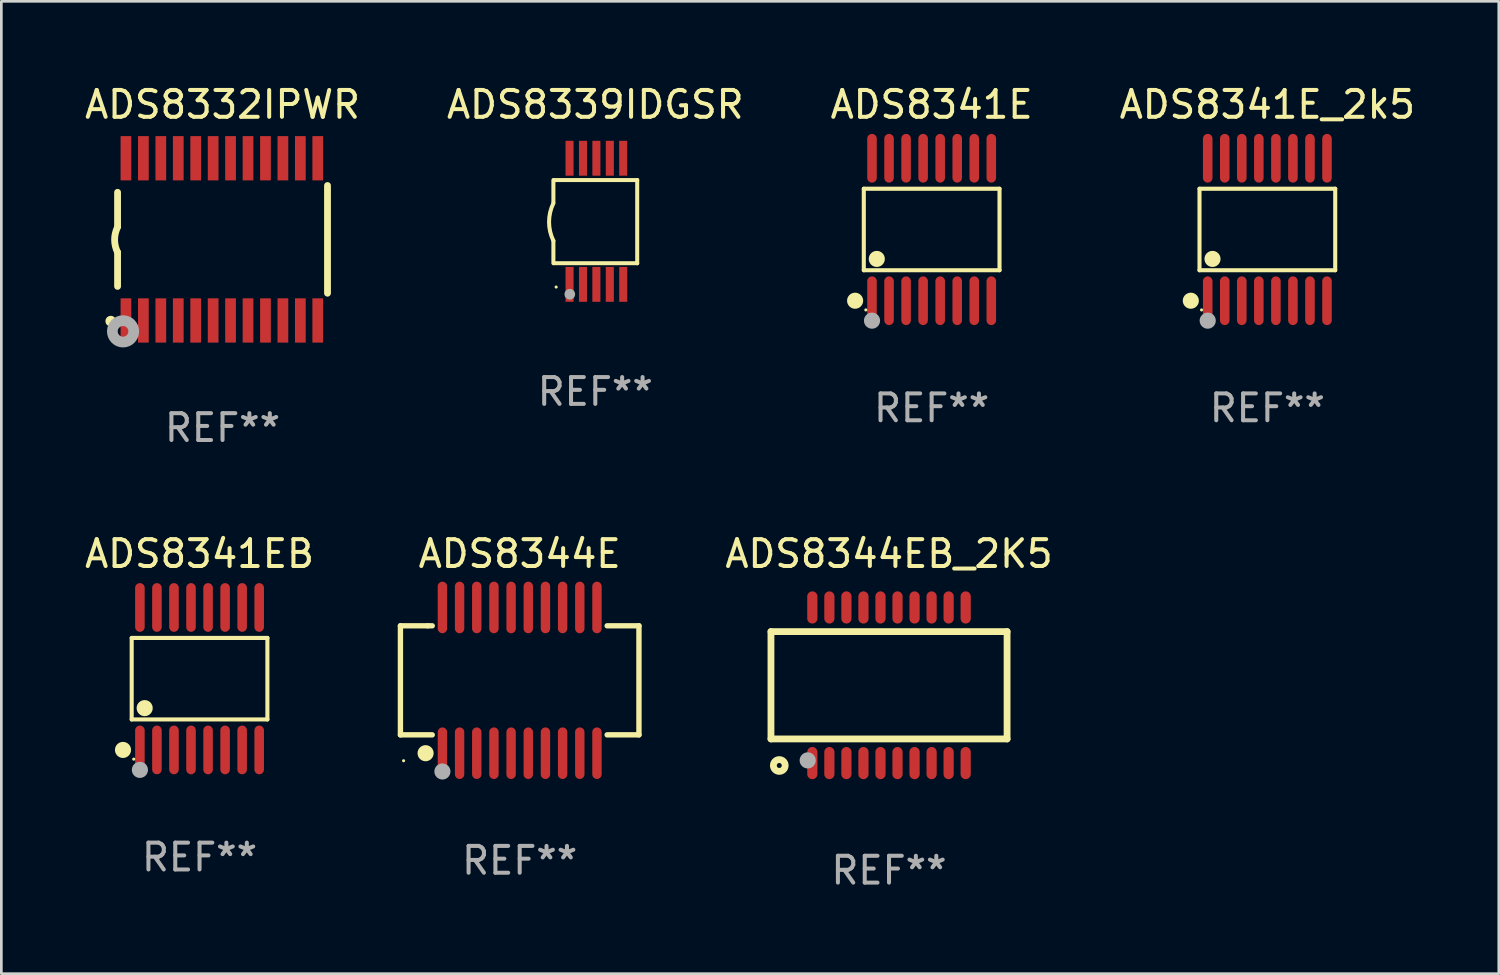
<source format=kicad_pcb>
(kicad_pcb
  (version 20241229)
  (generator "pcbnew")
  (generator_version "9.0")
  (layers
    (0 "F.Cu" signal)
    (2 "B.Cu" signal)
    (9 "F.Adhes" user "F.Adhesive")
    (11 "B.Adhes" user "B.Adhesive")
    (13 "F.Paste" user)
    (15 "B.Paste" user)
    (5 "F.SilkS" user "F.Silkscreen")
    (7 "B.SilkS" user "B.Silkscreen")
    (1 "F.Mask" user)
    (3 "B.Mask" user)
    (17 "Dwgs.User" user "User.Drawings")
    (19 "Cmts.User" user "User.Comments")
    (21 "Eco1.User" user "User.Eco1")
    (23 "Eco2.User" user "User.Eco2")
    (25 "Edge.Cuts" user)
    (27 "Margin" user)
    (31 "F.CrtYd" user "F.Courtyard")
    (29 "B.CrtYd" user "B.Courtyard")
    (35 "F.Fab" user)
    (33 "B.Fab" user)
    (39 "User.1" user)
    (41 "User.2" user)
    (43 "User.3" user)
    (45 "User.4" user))
  (footprint "ADS8344EB_2K5"
    (layer "F.Cu")
    (at 30.084 22.49)
    (property "Reference" "ADS8344EB_2K5" (at 0 -4.9 0) (layer "F.SilkS") (effects (font (size 1 1) (thickness 0.15))))
    (attr through_hole)
    (fp_line (start -4.4 -2) (end -4.4 2) (stroke (width 0.254) (type solid)) (layer "F.SilkS"))
    (fp_line (start -4.4 -2) (end 4.4 -2) (stroke (width 0.254) (type solid)) (layer "F.SilkS"))
    (fp_line (start -4.4 2) (end 4.4 2) (stroke (width 0.254) (type solid)) (layer "F.SilkS"))
    (fp_line (start 4.4 -2) (end 4.4 2) (stroke (width 0.254) (type solid)) (layer "F.SilkS"))
    (fp_circle (center -4.351 3) (end -4.321 3) (stroke (width 0.06) (type solid)) (fill no) (layer "F.SilkS"))
    (fp_circle (center -4.09 2.99) (end -3.87 2.99) (stroke (width 0.254) (type solid)) (fill no) (layer "F.SilkS"))
    (fp_circle (center -3.031 2.8) (end -2.88 2.8) (stroke (width 0.3) (type solid)) (fill no) (layer "F.Fab"))
    (fp_text user "REF**" (at 0 6.9 0) (layer "F.Fab") (effects (font (size 1 1) (thickness 0.15))))
    (pad "1" smd oval (at -2.858 2.9 180) (size 0.38 1.2) (layers "F.Cu" "F.Mask" "F.Paste"))
    (pad "2" smd oval (at -2.223 2.9 180) (size 0.38 1.2) (layers "F.Cu" "F.Mask" "F.Paste"))
    (pad "3" smd oval (at -1.588 2.9 180) (size 0.38 1.2) (layers "F.Cu" "F.Mask" "F.Paste"))
    (pad "4" smd oval (at -0.953 2.9 180) (size 0.38 1.2) (layers "F.Cu" "F.Mask" "F.Paste"))
    (pad "5" smd oval (at -0.318 2.9 180) (size 0.38 1.2) (layers "F.Cu" "F.Mask" "F.Paste"))
    (pad "6" smd oval (at 0.317 2.9 180) (size 0.38 1.2) (layers "F.Cu" "F.Mask" "F.Paste"))
    (pad "7" smd oval (at 0.952 2.9 180) (size 0.38 1.2) (layers "F.Cu" "F.Mask" "F.Paste"))
    (pad "8" smd oval (at 1.587 2.9 180) (size 0.38 1.2) (layers "F.Cu" "F.Mask" "F.Paste"))
    (pad "9" smd oval (at 2.222 2.9 180) (size 0.38 1.2) (layers "F.Cu" "F.Mask" "F.Paste"))
    (pad "10" smd oval (at 2.857 2.9 180) (size 0.38 1.2) (layers "F.Cu" "F.Mask" "F.Paste"))
    (pad "11" smd oval (at 2.857 -2.9) (size 0.38 1.2) (layers "F.Cu" "F.Mask" "F.Paste"))
    (pad "12" smd oval (at 2.222 -2.9) (size 0.38 1.2) (layers "F.Cu" "F.Mask" "F.Paste"))
    (pad "13" smd oval (at 1.587 -2.9) (size 0.38 1.2) (layers "F.Cu" "F.Mask" "F.Paste"))
    (pad "14" smd oval (at 0.952 -2.9) (size 0.38 1.2) (layers "F.Cu" "F.Mask" "F.Paste"))
    (pad "15" smd oval (at 0.317 -2.9) (size 0.38 1.2) (layers "F.Cu" "F.Mask" "F.Paste"))
    (pad "16" smd oval (at -0.318 -2.9) (size 0.38 1.2) (layers "F.Cu" "F.Mask" "F.Paste"))
    (pad "17" smd oval (at -0.953 -2.9) (size 0.38 1.2) (layers "F.Cu" "F.Mask" "F.Paste"))
    (pad "18" smd oval (at -1.588 -2.9) (size 0.38 1.2) (layers "F.Cu" "F.Mask" "F.Paste"))
    (pad "19" smd oval (at -2.223 -2.9) (size 0.38 1.2) (layers "F.Cu" "F.Mask" "F.Paste"))
    (pad "20" smd oval (at -2.858 -2.9) (size 0.38 1.2) (layers "F.Cu" "F.Mask" "F.Paste")))
  (footprint "ADS8341EB"
    (layer "F.Cu")
    (at 4.387 22.245)
    (property "Reference" "ADS8341EB" (at 0 -4.655 0) (layer "F.SilkS") (effects (font (size 1 1) (thickness 0.15))))
    (attr through_hole)
    (fp_line (start -2.529 -1.519) (end 2.529 -1.519) (stroke (width 0.152) (type solid)) (layer "F.SilkS"))
    (fp_line (start -2.529 1.519) (end -2.529 -1.519) (stroke (width 0.152) (type solid)) (layer "F.SilkS"))
    (fp_line (start 2.529 -1.519) (end 2.529 1.519) (stroke (width 0.152) (type solid)) (layer "F.SilkS"))
    (fp_line (start 2.529 1.519) (end -2.529 1.519) (stroke (width 0.152) (type solid)) (layer "F.SilkS"))
    (fp_circle (center -2.853 2.655) (end -2.703 2.655) (stroke (width 0.3) (type solid)) (fill no) (layer "F.SilkS"))
    (fp_circle (center -2.453 2.998) (end -2.423 2.998) (stroke (width 0.06) (type solid)) (fill no) (layer "F.SilkS"))
    (fp_circle (center -2.045 1.097) (end -1.895 1.097) (stroke (width 0.3) (type solid)) (fill no) (layer "F.SilkS"))
    (fp_circle (center -2.223 3.398) (end -2.072 3.398) (stroke (width 0.3) (type solid)) (fill no) (layer "F.Fab"))
    (fp_text user "REF**" (at 0 6.655 0) (layer "F.Fab") (effects (font (size 1 1) (thickness 0.15))))
    (pad "1" smd oval (at -2.223 2.655) (size 0.356 1.815) (layers "F.Cu" "F.Mask" "F.Paste"))
    (pad "2" smd oval (at -1.588 2.655) (size 0.356 1.815) (layers "F.Cu" "F.Mask" "F.Paste"))
    (pad "3" smd oval (at -0.953 2.655) (size 0.356 1.815) (layers "F.Cu" "F.Mask" "F.Paste"))
    (pad "4" smd oval (at -0.318 2.655) (size 0.356 1.815) (layers "F.Cu" "F.Mask" "F.Paste"))
    (pad "5" smd oval (at 0.318 2.655) (size 0.356 1.815) (layers "F.Cu" "F.Mask" "F.Paste"))
    (pad "6" smd oval (at 0.953 2.655) (size 0.356 1.815) (layers "F.Cu" "F.Mask" "F.Paste"))
    (pad "7" smd oval (at 1.588 2.655) (size 0.356 1.815) (layers "F.Cu" "F.Mask" "F.Paste"))
    (pad "8" smd oval (at 2.223 2.655) (size 0.356 1.815) (layers "F.Cu" "F.Mask" "F.Paste"))
    (pad "9" smd oval (at 2.223 -2.655) (size 0.356 1.815) (layers "F.Cu" "F.Mask" "F.Paste"))
    (pad "10" smd oval (at 1.588 -2.655) (size 0.356 1.815) (layers "F.Cu" "F.Mask" "F.Paste"))
    (pad "11" smd oval (at 0.953 -2.655) (size 0.356 1.815) (layers "F.Cu" "F.Mask" "F.Paste"))
    (pad "12" smd oval (at 0.318 -2.655) (size 0.356 1.815) (layers "F.Cu" "F.Mask" "F.Paste"))
    (pad "13" smd oval (at -0.318 -2.655) (size 0.356 1.815) (layers "F.Cu" "F.Mask" "F.Paste"))
    (pad "14" smd oval (at -0.953 -2.655) (size 0.356 1.815) (layers "F.Cu" "F.Mask" "F.Paste"))
    (pad "15" smd oval (at -1.588 -2.655) (size 0.356 1.815) (layers "F.Cu" "F.Mask" "F.Paste"))
    (pad "16" smd oval (at -2.223 -2.655) (size 0.356 1.815) (layers "F.Cu" "F.Mask" "F.Paste")))
  (footprint "ADS8341E_2k5"
    (layer "F.Cu")
    (at 44.185 5.503)
    (property "Reference" "ADS8341E_2k5" (at 0 -4.655 0) (layer "F.SilkS") (effects (font (size 1 1) (thickness 0.15))))
    (attr through_hole)
    (fp_line (start -2.529 -1.519) (end 2.529 -1.519) (stroke (width 0.152) (type solid)) (layer "F.SilkS"))
    (fp_line (start -2.529 1.519) (end -2.529 -1.519) (stroke (width 0.152) (type solid)) (layer "F.SilkS"))
    (fp_line (start 2.529 -1.519) (end 2.529 1.519) (stroke (width 0.152) (type solid)) (layer "F.SilkS"))
    (fp_line (start 2.529 1.519) (end -2.529 1.519) (stroke (width 0.152) (type solid)) (layer "F.SilkS"))
    (fp_circle (center -2.853 2.655) (end -2.703 2.655) (stroke (width 0.3) (type solid)) (fill no) (layer "F.SilkS"))
    (fp_circle (center -2.453 2.998) (end -2.423 2.998) (stroke (width 0.06) (type solid)) (fill no) (layer "F.SilkS"))
    (fp_circle (center -2.045 1.097) (end -1.895 1.097) (stroke (width 0.3) (type solid)) (fill no) (layer "F.SilkS"))
    (fp_circle (center -2.223 3.398) (end -2.072 3.398) (stroke (width 0.3) (type solid)) (fill no) (layer "F.Fab"))
    (fp_text user "REF**" (at 0 6.655 0) (layer "F.Fab") (effects (font (size 1 1) (thickness 0.15))))
    (pad "1" smd oval (at -2.223 2.655) (size 0.356 1.815) (layers "F.Cu" "F.Mask" "F.Paste"))
    (pad "2" smd oval (at -1.588 2.655) (size 0.356 1.815) (layers "F.Cu" "F.Mask" "F.Paste"))
    (pad "3" smd oval (at -0.953 2.655) (size 0.356 1.815) (layers "F.Cu" "F.Mask" "F.Paste"))
    (pad "4" smd oval (at -0.318 2.655) (size 0.356 1.815) (layers "F.Cu" "F.Mask" "F.Paste"))
    (pad "5" smd oval (at 0.318 2.655) (size 0.356 1.815) (layers "F.Cu" "F.Mask" "F.Paste"))
    (pad "6" smd oval (at 0.953 2.655) (size 0.356 1.815) (layers "F.Cu" "F.Mask" "F.Paste"))
    (pad "7" smd oval (at 1.588 2.655) (size 0.356 1.815) (layers "F.Cu" "F.Mask" "F.Paste"))
    (pad "8" smd oval (at 2.223 2.655) (size 0.356 1.815) (layers "F.Cu" "F.Mask" "F.Paste"))
    (pad "9" smd oval (at 2.223 -2.655) (size 0.356 1.815) (layers "F.Cu" "F.Mask" "F.Paste"))
    (pad "10" smd oval (at 1.588 -2.655) (size 0.356 1.815) (layers "F.Cu" "F.Mask" "F.Paste"))
    (pad "11" smd oval (at 0.953 -2.655) (size 0.356 1.815) (layers "F.Cu" "F.Mask" "F.Paste"))
    (pad "12" smd oval (at 0.318 -2.655) (size 0.356 1.815) (layers "F.Cu" "F.Mask" "F.Paste"))
    (pad "13" smd oval (at -0.318 -2.655) (size 0.356 1.815) (layers "F.Cu" "F.Mask" "F.Paste"))
    (pad "14" smd oval (at -0.953 -2.655) (size 0.356 1.815) (layers "F.Cu" "F.Mask" "F.Paste"))
    (pad "15" smd oval (at -1.588 -2.655) (size 0.356 1.815) (layers "F.Cu" "F.Mask" "F.Paste"))
    (pad "16" smd oval (at -2.223 -2.655) (size 0.356 1.815) (layers "F.Cu" "F.Mask" "F.Paste")))
  (footprint "ADS8341E"
    (layer "F.Cu")
    (at 31.673 5.503)
    (property "Reference" "ADS8341E" (at 0 -4.655 0) (layer "F.SilkS") (effects (font (size 1 1) (thickness 0.15))))
    (attr through_hole)
    (fp_line (start -2.529 -1.519) (end 2.529 -1.519) (stroke (width 0.152) (type solid)) (layer "F.SilkS"))
    (fp_line (start -2.529 1.519) (end -2.529 -1.519) (stroke (width 0.152) (type solid)) (layer "F.SilkS"))
    (fp_line (start 2.529 -1.519) (end 2.529 1.519) (stroke (width 0.152) (type solid)) (layer "F.SilkS"))
    (fp_line (start 2.529 1.519) (end -2.529 1.519) (stroke (width 0.152) (type solid)) (layer "F.SilkS"))
    (fp_circle (center -2.853 2.655) (end -2.703 2.655) (stroke (width 0.3) (type solid)) (fill no) (layer "F.SilkS"))
    (fp_circle (center -2.453 2.998) (end -2.423 2.998) (stroke (width 0.06) (type solid)) (fill no) (layer "F.SilkS"))
    (fp_circle (center -2.045 1.097) (end -1.895 1.097) (stroke (width 0.3) (type solid)) (fill no) (layer "F.SilkS"))
    (fp_circle (center -2.223 3.398) (end -2.072 3.398) (stroke (width 0.3) (type solid)) (fill no) (layer "F.Fab"))
    (fp_text user "REF**" (at 0 6.655 0) (layer "F.Fab") (effects (font (size 1 1) (thickness 0.15))))
    (pad "1" smd oval (at -2.223 2.655) (size 0.356 1.815) (layers "F.Cu" "F.Mask" "F.Paste"))
    (pad "2" smd oval (at -1.588 2.655) (size 0.356 1.815) (layers "F.Cu" "F.Mask" "F.Paste"))
    (pad "3" smd oval (at -0.953 2.655) (size 0.356 1.815) (layers "F.Cu" "F.Mask" "F.Paste"))
    (pad "4" smd oval (at -0.318 2.655) (size 0.356 1.815) (layers "F.Cu" "F.Mask" "F.Paste"))
    (pad "5" smd oval (at 0.318 2.655) (size 0.356 1.815) (layers "F.Cu" "F.Mask" "F.Paste"))
    (pad "6" smd oval (at 0.953 2.655) (size 0.356 1.815) (layers "F.Cu" "F.Mask" "F.Paste"))
    (pad "7" smd oval (at 1.588 2.655) (size 0.356 1.815) (layers "F.Cu" "F.Mask" "F.Paste"))
    (pad "8" smd oval (at 2.223 2.655) (size 0.356 1.815) (layers "F.Cu" "F.Mask" "F.Paste"))
    (pad "9" smd oval (at 2.223 -2.655) (size 0.356 1.815) (layers "F.Cu" "F.Mask" "F.Paste"))
    (pad "10" smd oval (at 1.588 -2.655) (size 0.356 1.815) (layers "F.Cu" "F.Mask" "F.Paste"))
    (pad "11" smd oval (at 0.953 -2.655) (size 0.356 1.815) (layers "F.Cu" "F.Mask" "F.Paste"))
    (pad "12" smd oval (at 0.318 -2.655) (size 0.356 1.815) (layers "F.Cu" "F.Mask" "F.Paste"))
    (pad "13" smd oval (at -0.318 -2.655) (size 0.356 1.815) (layers "F.Cu" "F.Mask" "F.Paste"))
    (pad "14" smd oval (at -0.953 -2.655) (size 0.356 1.815) (layers "F.Cu" "F.Mask" "F.Paste"))
    (pad "15" smd oval (at -1.588 -2.655) (size 0.356 1.815) (layers "F.Cu" "F.Mask" "F.Paste"))
    (pad "16" smd oval (at -2.223 -2.655) (size 0.356 1.815) (layers "F.Cu" "F.Mask" "F.Paste")))
  (footprint "ADS8344E"
    (layer "F.Cu")
    (at 16.319 22.306)
    (property "Reference" "ADS8344E" (at 0 -4.716 0) (layer "F.SilkS") (effects (font (size 1 1) (thickness 0.15))))
    (attr through_hole)
    (fp_line (start -4.445 -2.032) (end -4.445 2.032) (stroke (width 0.2) (type solid)) (layer "F.SilkS"))
    (fp_line (start -4.445 2.032) (end -3.259 2.032) (stroke (width 0.2) (type solid)) (layer "F.SilkS"))
    (fp_line (start -3.429 -2.032) (end -4.445 -2.032) (stroke (width 0.2) (type solid)) (layer "F.SilkS"))
    (fp_line (start -3.259 -2.032) (end -3.429 -2.032) (stroke (width 0.2) (type solid)) (layer "F.SilkS"))
    (fp_line (start 3.259 2.032) (end 4.445 2.032) (stroke (width 0.2) (type solid)) (layer "F.SilkS"))
    (fp_line (start 4.445 -2.032) (end 3.259 -2.032) (stroke (width 0.2) (type solid)) (layer "F.SilkS"))
    (fp_line (start 4.445 2.032) (end 4.445 -2.032) (stroke (width 0.2) (type solid)) (layer "F.SilkS"))
    (fp_circle (center -4.327 2.997) (end -4.297 2.997) (stroke (width 0.06) (type solid)) (fill no) (layer "F.SilkS"))
    (fp_circle (center -3.507 2.716) (end -3.357 2.716) (stroke (width 0.3) (type solid)) (fill no) (layer "F.SilkS"))
    (fp_circle (center -2.88 3.398) (end -2.73 3.398) (stroke (width 0.3) (type solid)) (fill no) (layer "F.Fab"))
    (fp_text user "REF**" (at 0 6.716 0) (layer "F.Fab") (effects (font (size 1 1) (thickness 0.15))))
    (pad "1" smd oval (at -2.88 2.716) (size 0.35 1.922) (layers "F.Cu" "F.Mask" "F.Paste"))
    (pad "2" smd oval (at -2.24 2.716) (size 0.35 1.922) (layers "F.Cu" "F.Mask" "F.Paste"))
    (pad "3" smd oval (at -1.6 2.716) (size 0.35 1.922) (layers "F.Cu" "F.Mask" "F.Paste"))
    (pad "4" smd oval (at -0.96 2.716) (size 0.35 1.922) (layers "F.Cu" "F.Mask" "F.Paste"))
    (pad "5" smd oval (at -0.32 2.716) (size 0.35 1.922) (layers "F.Cu" "F.Mask" "F.Paste"))
    (pad "6" smd oval (at 0.32 2.716) (size 0.35 1.922) (layers "F.Cu" "F.Mask" "F.Paste"))
    (pad "7" smd oval (at 0.96 2.716) (size 0.35 1.922) (layers "F.Cu" "F.Mask" "F.Paste"))
    (pad "8" smd oval (at 1.6 2.716) (size 0.35 1.922) (layers "F.Cu" "F.Mask" "F.Paste"))
    (pad "9" smd oval (at 2.24 2.716) (size 0.35 1.922) (layers "F.Cu" "F.Mask" "F.Paste"))
    (pad "10" smd oval (at 2.88 2.716) (size 0.35 1.922) (layers "F.Cu" "F.Mask" "F.Paste"))
    (pad "11" smd oval (at 2.88 -2.716) (size 0.35 1.922) (layers "F.Cu" "F.Mask" "F.Paste"))
    (pad "12" smd oval (at 2.24 -2.716) (size 0.35 1.922) (layers "F.Cu" "F.Mask" "F.Paste"))
    (pad "13" smd oval (at 1.6 -2.716) (size 0.35 1.922) (layers "F.Cu" "F.Mask" "F.Paste"))
    (pad "14" smd oval (at 0.96 -2.716) (size 0.35 1.922) (layers "F.Cu" "F.Mask" "F.Paste"))
    (pad "15" smd oval (at 0.32 -2.716) (size 0.35 1.922) (layers "F.Cu" "F.Mask" "F.Paste"))
    (pad "16" smd oval (at -0.32 -2.716) (size 0.35 1.922) (layers "F.Cu" "F.Mask" "F.Paste"))
    (pad "17" smd oval (at -0.96 -2.716) (size 0.35 1.922) (layers "F.Cu" "F.Mask" "F.Paste"))
    (pad "18" smd oval (at -1.6 -2.716) (size 0.35 1.922) (layers "F.Cu" "F.Mask" "F.Paste"))
    (pad "19" smd oval (at -2.24 -2.716) (size 0.35 1.922) (layers "F.Cu" "F.Mask" "F.Paste"))
    (pad "20" smd oval (at -2.88 -2.716) (size 0.35 1.922) (layers "F.Cu" "F.Mask" "F.Paste")))
  (footprint "ADS8332IPWR"
    (layer "F.Cu")
    (at 5.244 5.871)
    (property "Reference" "ADS8332IPWR" (at 0 -5.023 0) (layer "F.SilkS") (effects (font (size 1 1) (thickness 0.15))))
    (attr through_hole)
    (fp_line (start -3.912 -0.483) (end -3.912 -1.753) (stroke (width 0.254) (type solid)) (layer "F.SilkS"))
    (fp_line (start -3.912 1.753) (end -3.912 0.483) (stroke (width 0.254) (type solid)) (layer "F.SilkS"))
    (fp_line (start 3.912 -2.007) (end 3.912 2.007) (stroke (width 0.254) (type solid)) (layer "F.SilkS"))
    (fp_arc (start -3.911608 0.482601) (mid -4.022537 0.0127) (end -3.911608 -0.457201) (stroke (width 0.254001) (type solid)) (layer "F.SilkS"))
    (fp_circle (center -4.166 3.048) (end -4.066 3.048) (stroke (width 0.2) (type solid)) (fill no) (layer "F.SilkS"))
    (fp_circle (center -3.925 3.186) (end -3.895 3.186) (stroke (width 0.06) (type solid)) (fill no) (layer "F.SilkS"))
    (fp_circle (center -3.708 3.429) (end -3.509 3.429) (stroke (width 0.4) (type solid)) (fill no) (layer "F.Fab"))
    (fp_text user "REF**" (at 0 7.023 0) (layer "F.Fab") (effects (font (size 1 1) (thickness 0.15))))
    (pad "1" smd rect (at -3.6 3.023) (size 0.4 1.65) (layers "F.Cu" "F.Mask" "F.Paste"))
    (pad "2" smd rect (at -2.95 3.023) (size 0.4 1.65) (layers "F.Cu" "F.Mask" "F.Paste"))
    (pad "3" smd rect (at -2.3 3.023) (size 0.4 1.65) (layers "F.Cu" "F.Mask" "F.Paste"))
    (pad "4" smd rect (at -1.65 3.023) (size 0.4 1.65) (layers "F.Cu" "F.Mask" "F.Paste"))
    (pad "5" smd rect (at -1 3.023) (size 0.4 1.65) (layers "F.Cu" "F.Mask" "F.Paste"))
    (pad "6" smd rect (at -0.35 3.023) (size 0.4 1.65) (layers "F.Cu" "F.Mask" "F.Paste"))
    (pad "7" smd rect (at 0.299 3.023) (size 0.4 1.65) (layers "F.Cu" "F.Mask" "F.Paste"))
    (pad "8" smd rect (at 0.95 3.023) (size 0.4 1.65) (layers "F.Cu" "F.Mask" "F.Paste"))
    (pad "9" smd rect (at 1.6 3.023) (size 0.4 1.65) (layers "F.Cu" "F.Mask" "F.Paste"))
    (pad "10" smd rect (at 2.25 3.023) (size 0.4 1.65) (layers "F.Cu" "F.Mask" "F.Paste"))
    (pad "11" smd rect (at 2.9 3.023) (size 0.4 1.65) (layers "F.Cu" "F.Mask" "F.Paste"))
    (pad "12" smd rect (at 3.549 3.023) (size 0.4 1.65) (layers "F.Cu" "F.Mask" "F.Paste"))
    (pad "13" smd rect (at 3.549 -3.023) (size 0.4 1.65) (layers "F.Cu" "F.Mask" "F.Paste"))
    (pad "14" smd rect (at 2.9 -3.023) (size 0.4 1.65) (layers "F.Cu" "F.Mask" "F.Paste"))
    (pad "15" smd rect (at 2.25 -3.023) (size 0.4 1.65) (layers "F.Cu" "F.Mask" "F.Paste"))
    (pad "16" smd rect (at 1.6 -3.023) (size 0.4 1.65) (layers "F.Cu" "F.Mask" "F.Paste"))
    (pad "17" smd rect (at 0.95 -3.023) (size 0.4 1.65) (layers "F.Cu" "F.Mask" "F.Paste"))
    (pad "18" smd rect (at 0.299 -3.023) (size 0.4 1.65) (layers "F.Cu" "F.Mask" "F.Paste"))
    (pad "19" smd rect (at -0.35 -3.023) (size 0.4 1.65) (layers "F.Cu" "F.Mask" "F.Paste"))
    (pad "20" smd rect (at -1 -3.023) (size 0.4 1.65) (layers "F.Cu" "F.Mask" "F.Paste"))
    (pad "21" smd rect (at -1.65 -3.023) (size 0.4 1.65) (layers "F.Cu" "F.Mask" "F.Paste"))
    (pad "22" smd rect (at -2.3 -3.023) (size 0.4 1.65) (layers "F.Cu" "F.Mask" "F.Paste"))
    (pad "23" smd rect (at -2.95 -3.023) (size 0.4 1.65) (layers "F.Cu" "F.Mask" "F.Paste"))
    (pad "24" smd rect (at -3.6 -3.023) (size 0.4 1.65) (layers "F.Cu" "F.Mask" "F.Paste")))
  (footprint "ADS8339IDGSR"
    (layer "F.Cu")
    (at 19.137 5.198)
    (property "Reference" "ADS8339IDGSR" (at 0 -4.35 0) (layer "F.SilkS") (effects (font (size 1 1) (thickness 0.15))))
    (attr through_hole)
    (fp_line (start -1.562 -1.537) (end -1.562 -0.698) (stroke (width 0.15) (type solid)) (layer "F.SilkS"))
    (fp_line (start -1.562 0.724) (end -1.562 1.562) (stroke (width 0.15) (type solid)) (layer "F.SilkS"))
    (fp_line (start -1.538 -1.537) (end 1.562 -1.537) (stroke (width 0.15) (type solid)) (layer "F.SilkS"))
    (fp_line (start -1.538 1.562) (end 1.562 1.562) (stroke (width 0.15) (type solid)) (layer "F.SilkS"))
    (fp_line (start 1.562 1.564) (end 1.562 -1.537) (stroke (width 0.15) (type solid)) (layer "F.SilkS"))
    (fp_arc (start -1.562103 0.724079) (mid -1.723579 0.025578) (end -1.562103 -0.672924) (stroke (width 0.150013) (type solid)) (layer "F.SilkS"))
    (fp_circle (center -1.459 2.45) (end -1.429 2.45) (stroke (width 0.06) (type solid)) (fill no) (layer "F.SilkS"))
    (fp_circle (center -0.95 2.718) (end -0.85 2.718) (stroke (width 0.2) (type solid)) (fill no) (layer "F.Fab"))
    (fp_text user "REF**" (at 0 6.35 0) (layer "F.Fab") (effects (font (size 1 1) (thickness 0.15))))
    (pad "1" smd rect (at -0.959 2.35) (size 0.3 1.3) (layers "F.Cu" "F.Mask" "F.Paste"))
    (pad "2" smd rect (at -0.459 2.35) (size 0.3 1.3) (layers "F.Cu" "F.Mask" "F.Paste"))
    (pad "3" smd rect (at 0.04 2.35) (size 0.3 1.3) (layers "F.Cu" "F.Mask" "F.Paste"))
    (pad "4" smd rect (at 0.541 2.35) (size 0.3 1.3) (layers "F.Cu" "F.Mask" "F.Paste"))
    (pad "5" smd rect (at 1.041 2.35) (size 0.3 1.3) (layers "F.Cu" "F.Mask" "F.Paste"))
    (pad "6" smd rect (at 1.04 -2.35) (size 0.3 1.3) (layers "F.Cu" "F.Mask" "F.Paste"))
    (pad "7" smd rect (at 0.541 -2.35) (size 0.3 1.3) (layers "F.Cu" "F.Mask" "F.Paste"))
    (pad "8" smd rect (at 0.041 -2.35) (size 0.3 1.3) (layers "F.Cu" "F.Mask" "F.Paste"))
    (pad "9" smd rect (at -0.459 -2.35) (size 0.3 1.3) (layers "F.Cu" "F.Mask" "F.Paste"))
    (pad "10" smd rect (at -0.96 -2.35) (size 0.3 1.3) (layers "F.Cu" "F.Mask" "F.Paste")))
  (gr_rect
    (start -3 -3)
    (end 52.81 33.238)
    (stroke (width 0.1) (type default))
    (fill no)
    (layer "Edge.Cuts")))
</source>
